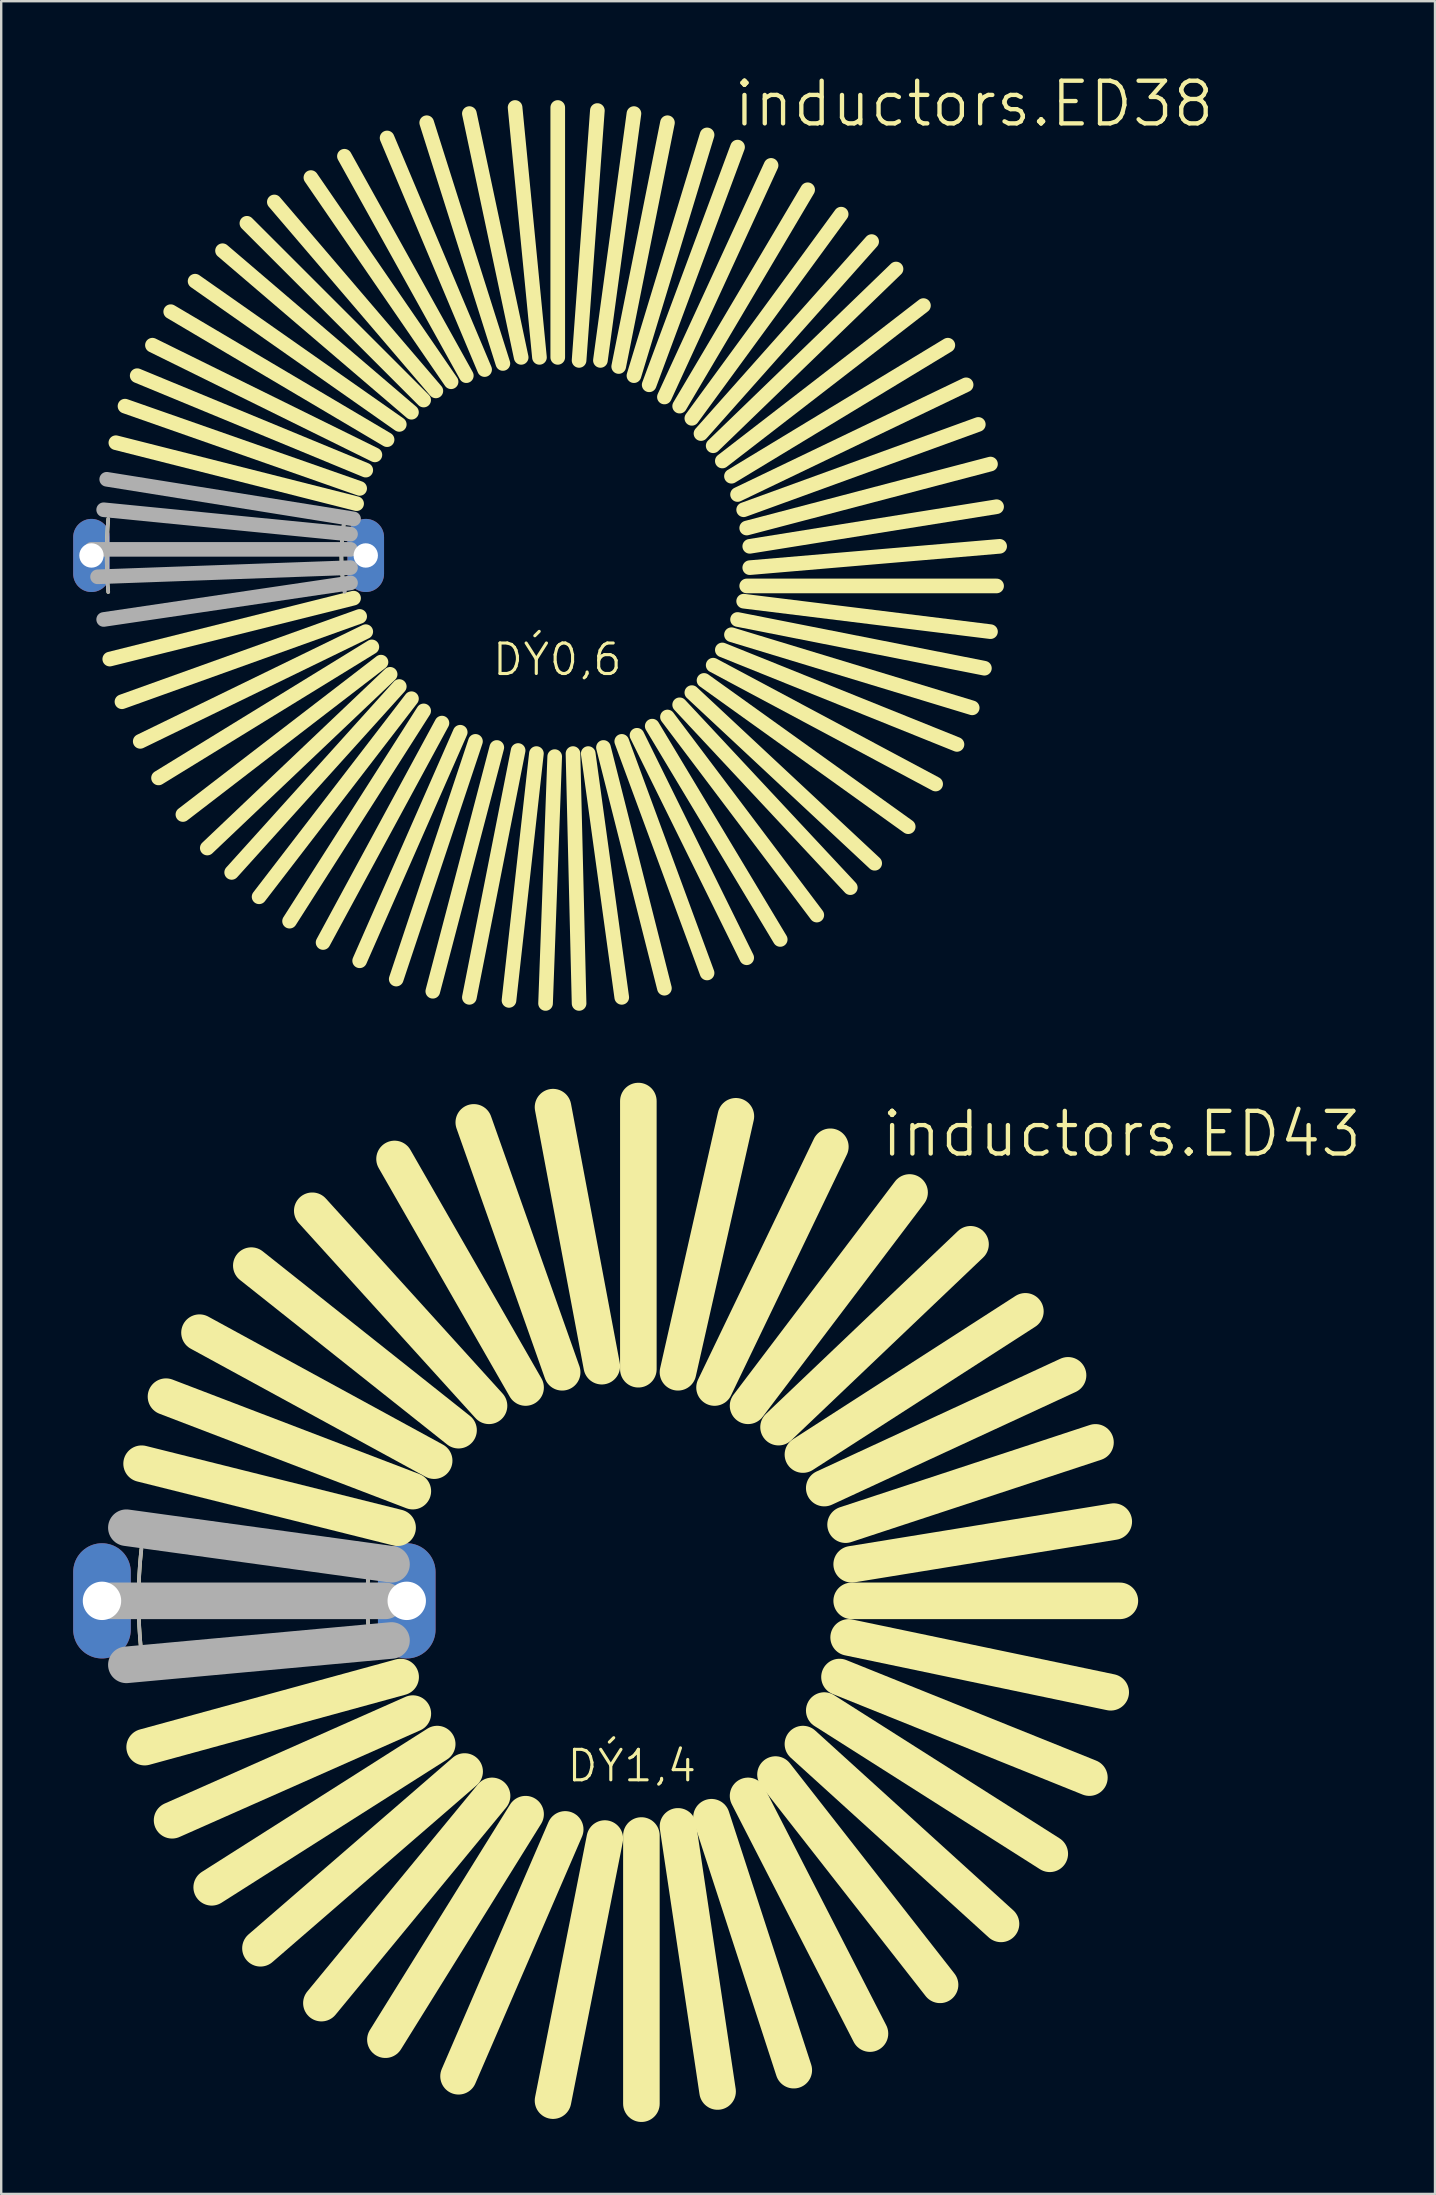
<source format=kicad_pcb>
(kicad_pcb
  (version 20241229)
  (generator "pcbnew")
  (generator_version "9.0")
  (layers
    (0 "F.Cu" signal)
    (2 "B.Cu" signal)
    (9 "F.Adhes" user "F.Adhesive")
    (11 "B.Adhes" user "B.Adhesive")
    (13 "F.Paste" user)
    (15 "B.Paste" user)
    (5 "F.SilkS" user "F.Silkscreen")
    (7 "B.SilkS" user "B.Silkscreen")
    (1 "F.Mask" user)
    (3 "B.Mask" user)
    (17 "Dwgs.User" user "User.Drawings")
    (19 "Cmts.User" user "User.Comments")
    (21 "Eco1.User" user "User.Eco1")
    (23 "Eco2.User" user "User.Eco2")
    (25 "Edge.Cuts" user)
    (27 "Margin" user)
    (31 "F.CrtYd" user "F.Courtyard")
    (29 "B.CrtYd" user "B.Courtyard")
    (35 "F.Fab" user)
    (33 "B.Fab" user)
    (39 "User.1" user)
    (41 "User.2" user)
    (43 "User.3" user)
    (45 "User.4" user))
  (footprint "inductors.ED38"
    (layer "F.Cu")
    (at 19.812 20.098)
    (property "Reference" "inductors.ED38" (at 7.62 -17.78 0) (layer "F.SilkS") (effects (font (size 1.778 1.778) (thickness 0.18)) (justify left bottom)))
    (attr through_hole)
    (fp_line (start -8.128 1.778) (end -18.288 4.318) (stroke (width 0.61) (type default)) (layer "F.SilkS"))
    (fp_line (start -8.001 -2.159) (end -18.034 -4.699) (stroke (width 0.61) (type default)) (layer "F.SilkS"))
    (fp_line (start -7.874 -2.794) (end -17.653 -6.223) (stroke (width 0.61) (type default)) (layer "F.SilkS"))
    (fp_line (start -7.874 2.54) (end -17.78 6.096) (stroke (width 0.61) (type default)) (layer "F.SilkS"))
    (fp_line (start -7.62 -3.556) (end -17.145 -7.493) (stroke (width 0.61) (type default)) (layer "F.SilkS"))
    (fp_line (start -7.62 3.175) (end -17.018 7.747) (stroke (width 0.61) (type default)) (layer "F.SilkS"))
    (fp_line (start -7.366 3.81) (end -16.256 9.271) (stroke (width 0.61) (type default)) (layer "F.SilkS"))
    (fp_line (start -7.239 -4.191) (end -16.51 -8.763) (stroke (width 0.61) (type default)) (layer "F.SilkS"))
    (fp_line (start -6.985 4.445) (end -15.24 10.795) (stroke (width 0.61) (type default)) (layer "F.SilkS"))
    (fp_line (start -6.731 -4.826) (end -15.748 -10.16) (stroke (width 0.61) (type default)) (layer "F.SilkS"))
    (fp_line (start -6.604 4.953) (end -14.224 12.192) (stroke (width 0.61) (type default)) (layer "F.SilkS"))
    (fp_line (start -6.223 -5.461) (end -14.732 -11.43) (stroke (width 0.61) (type default)) (layer "F.SilkS"))
    (fp_line (start -6.223 5.461) (end -13.208 13.208) (stroke (width 0.61) (type default)) (layer "F.SilkS"))
    (fp_line (start -5.715 -5.969) (end -13.589 -12.7) (stroke (width 0.61) (type default)) (layer "F.SilkS"))
    (fp_line (start -5.715 5.969) (end -12.065 14.224) (stroke (width 0.61) (type default)) (layer "F.SilkS"))
    (fp_line (start -5.207 -6.477) (end -12.573 -13.843) (stroke (width 0.61) (type default)) (layer "F.SilkS"))
    (fp_line (start -5.207 6.477) (end -10.795 15.24) (stroke (width 0.61) (type default)) (layer "F.SilkS"))
    (fp_line (start -4.699 -6.858) (end -11.43 -14.732) (stroke (width 0.61) (type default)) (layer "F.SilkS"))
    (fp_line (start -4.445 6.985) (end -9.398 16.129) (stroke (width 0.61) (type default)) (layer "F.SilkS"))
    (fp_line (start -4.064 -7.239) (end -9.906 -15.748) (stroke (width 0.61) (type default)) (layer "F.SilkS"))
    (fp_line (start -3.683 7.366) (end -7.874 16.891) (stroke (width 0.61) (type default)) (layer "F.SilkS"))
    (fp_line (start -3.429 -7.493) (end -8.509 -16.637) (stroke (width 0.61) (type default)) (layer "F.SilkS"))
    (fp_line (start -3.048 7.747) (end -6.35 17.653) (stroke (width 0.61) (type default)) (layer "F.SilkS"))
    (fp_line (start -2.667 -7.747) (end -6.731 -17.399) (stroke (width 0.61) (type default)) (layer "F.SilkS"))
    (fp_line (start -2.159 8.001) (end -4.826 18.161) (stroke (width 0.61) (type default)) (layer "F.SilkS"))
    (fp_line (start -1.905 -8.001) (end -5.08 -18.034) (stroke (width 0.61) (type default)) (layer "F.SilkS"))
    (fp_line (start -1.27 8.128) (end -3.302 18.415) (stroke (width 0.61) (type default)) (layer "F.SilkS"))
    (fp_line (start -1.143 -8.255) (end -3.302 -18.415) (stroke (width 0.61) (type default)) (layer "F.SilkS"))
    (fp_line (start -0.508 8.255) (end -1.651 18.542) (stroke (width 0.61) (type default)) (layer "F.SilkS"))
    (fp_line (start -0.381 -8.255) (end -1.397 -18.669) (stroke (width 0.61) (type default)) (layer "F.SilkS"))
    (fp_line (start 0.254 8.382) (end -0.127 18.669) (stroke (width 0.61) (type default)) (layer "F.SilkS"))
    (fp_line (start 0.381 -8.255) (end 0.381 -18.669) (stroke (width 0.61) (type default)) (layer "F.SilkS"))
    (fp_line (start 1.016 8.255) (end 1.27 18.669) (stroke (width 0.61) (type default)) (layer "F.SilkS"))
    (fp_line (start 1.27 -8.128) (end 2.032 -18.542) (stroke (width 0.61) (type default)) (layer "F.SilkS"))
    (fp_line (start 1.651 8.255) (end 3.048 18.415) (stroke (width 0.61) (type default)) (layer "F.SilkS"))
    (fp_line (start 2.159 -8.128) (end 3.556 -18.415) (stroke (width 0.61) (type default)) (layer "F.SilkS"))
    (fp_line (start 2.286 8.001) (end 4.826 18.034) (stroke (width 0.61) (type default)) (layer "F.SilkS"))
    (fp_line (start 2.921 -7.874) (end 4.953 -18.034) (stroke (width 0.61) (type default)) (layer "F.SilkS"))
    (fp_line (start 3.048 7.747) (end 6.604 17.399) (stroke (width 0.61) (type default)) (layer "F.SilkS"))
    (fp_line (start 3.556 -7.493) (end 6.604 -17.526) (stroke (width 0.61) (type default)) (layer "F.SilkS"))
    (fp_line (start 3.683 7.493) (end 8.255 16.764) (stroke (width 0.61) (type default)) (layer "F.SilkS"))
    (fp_line (start 4.191 -7.112) (end 7.874 -17.018) (stroke (width 0.61) (type default)) (layer "F.SilkS"))
    (fp_line (start 4.318 7.112) (end 9.652 16.002) (stroke (width 0.61) (type default)) (layer "F.SilkS"))
    (fp_line (start 4.826 -6.604) (end 9.271 -16.256) (stroke (width 0.61) (type default)) (layer "F.SilkS"))
    (fp_line (start 4.953 6.731) (end 11.176 14.986) (stroke (width 0.61) (type default)) (layer "F.SilkS"))
    (fp_line (start 5.461 -6.223) (end 10.795 -15.24) (stroke (width 0.61) (type default)) (layer "F.SilkS"))
    (fp_line (start 5.461 6.223) (end 12.573 13.843) (stroke (width 0.61) (type default)) (layer "F.SilkS"))
    (fp_line (start 5.969 -5.715) (end 12.192 -14.224) (stroke (width 0.61) (type default)) (layer "F.SilkS"))
    (fp_line (start 5.969 5.715) (end 13.589 12.827) (stroke (width 0.61) (type default)) (layer "F.SilkS"))
    (fp_line (start 6.35 -5.08) (end 13.462 -13.081) (stroke (width 0.61) (type default)) (layer "F.SilkS"))
    (fp_line (start 6.477 5.207) (end 14.986 11.303) (stroke (width 0.61) (type default)) (layer "F.SilkS"))
    (fp_line (start 6.858 -4.572) (end 14.478 -11.938) (stroke (width 0.61) (type default)) (layer "F.SilkS"))
    (fp_line (start 6.858 4.572) (end 16.129 9.525) (stroke (width 0.61) (type default)) (layer "F.SilkS"))
    (fp_line (start 7.239 -3.937) (end 15.621 -10.414) (stroke (width 0.61) (type default)) (layer "F.SilkS"))
    (fp_line (start 7.239 3.937) (end 17.018 7.874) (stroke (width 0.61) (type default)) (layer "F.SilkS"))
    (fp_line (start 7.62 -3.302) (end 16.637 -8.763) (stroke (width 0.61) (type default)) (layer "F.SilkS"))
    (fp_line (start 7.62 3.302) (end 17.653 6.35) (stroke (width 0.61) (type default)) (layer "F.SilkS"))
    (fp_line (start 7.874 -2.54) (end 17.399 -7.112) (stroke (width 0.61) (type default)) (layer "F.SilkS"))
    (fp_line (start 7.874 2.667) (end 18.161 4.699) (stroke (width 0.61) (type default)) (layer "F.SilkS"))
    (fp_line (start 8.128 -1.905) (end 17.907 -5.461) (stroke (width 0.61) (type default)) (layer "F.SilkS"))
    (fp_line (start 8.128 1.905) (end 18.415 3.175) (stroke (width 0.61) (type default)) (layer "F.SilkS"))
    (fp_line (start 8.255 -1.143) (end 18.415 -3.81) (stroke (width 0.61) (type default)) (layer "F.SilkS"))
    (fp_line (start 8.255 1.27) (end 18.669 1.27) (stroke (width 0.61) (type default)) (layer "F.SilkS"))
    (fp_line (start 8.382 -0.381) (end 18.669 -2.032) (stroke (width 0.61) (type default)) (layer "F.SilkS"))
    (fp_line (start 8.382 0.508) (end 18.796 -0.381) (stroke (width 0.61) (type default)) (layer "F.SilkS"))
    (fp_arc (start -18.3519 1.5227) (mid -18.414963 0) (end -18.3519 -1.5227) (stroke (width 0.1524) (type default)) (layer "F.SilkS"))
    (fp_arc (start -8.5015 1.5181) (mid -8.635979 0) (end -8.5015 -1.5181) (stroke (width 0.1524) (type default)) (layer "F.SilkS"))
    (fp_line (start -8.255 -0.889) (end -18.542 -1.905) (stroke (width 0.61) (type default)) (layer "F.Fab"))
    (fp_line (start -8.255 -0.254) (end -19.05 -0.254) (stroke (width 0.61) (type default)) (layer "F.Fab"))
    (fp_line (start -8.255 0.508) (end -18.796 0.889) (stroke (width 0.61) (type default)) (layer "F.Fab"))
    (fp_line (start -8.255 1.143) (end -18.542 2.667) (stroke (width 0.61) (type default)) (layer "F.Fab"))
    (fp_line (start -8.128 -1.524) (end -18.415 -3.175) (stroke (width 0.61) (type default)) (layer "F.Fab"))
    (fp_arc (start -18.3519 1.5227) (mid -18.414963 0) (end -18.3519 -1.5227) (stroke (width 0.1524) (type default)) (layer "F.Fab"))
    (fp_arc (start -8.5015 1.5181) (mid -8.635979 0) (end -8.5015 -1.5181) (stroke (width 0.1524) (type default)) (layer "F.Fab"))
    (fp_text user "DÝ0,6" (at -2.413 5.08 0) (layer "F.SilkS") (effects (font (size 1.27 1.27) (thickness 0.13)) (justify left bottom)))
    (pad "1" thru_hole oval (at -19.05 0 90) (size 3.048 1.524) (drill 1.016) (layers "*.Cu" "*.Mask"))
    (pad "2" thru_hole oval (at -7.62 0 90) (size 3.048 1.524) (drill 1.016) (layers "*.Cu" "*.Mask")))
  (footprint "inductors.ED43"
    (layer "F.Cu")
    (at 22.79 63.662)
    (property "Reference" "inductors.ED43" (at 10.795 -18.415 0) (layer "F.SilkS") (effects (font (size 1.778 1.778) (thickness 0.18)) (justify left bottom)))
    (attr through_hole)
    (fp_line (start -9.271 -3.048) (end -19.939 -5.715) (stroke (width 1.524) (type default)) (layer "F.SilkS"))
    (fp_line (start -9.144 3.175) (end -19.812 6.096) (stroke (width 1.524) (type default)) (layer "F.SilkS"))
    (fp_line (start -8.636 -4.572) (end -18.923 -8.509) (stroke (width 1.524) (type default)) (layer "F.SilkS"))
    (fp_line (start -8.636 4.699) (end -18.669 9.144) (stroke (width 1.524) (type default)) (layer "F.SilkS"))
    (fp_line (start -7.747 -5.842) (end -17.526 -11.176) (stroke (width 1.524) (type default)) (layer "F.SilkS"))
    (fp_line (start -7.62 5.969) (end -17.018 11.938) (stroke (width 1.524) (type default)) (layer "F.SilkS"))
    (fp_line (start -6.731 -7.112) (end -15.367 -13.97) (stroke (width 1.524) (type default)) (layer "F.SilkS"))
    (fp_line (start -6.477 7.112) (end -14.986 14.478) (stroke (width 1.524) (type default)) (layer "F.SilkS"))
    (fp_line (start -5.461 -8.128) (end -12.827 -16.256) (stroke (width 1.524) (type default)) (layer "F.SilkS"))
    (fp_line (start -5.334 8.128) (end -12.446 16.764) (stroke (width 1.524) (type default)) (layer "F.SilkS"))
    (fp_line (start -3.937 -8.89) (end -9.398 -18.415) (stroke (width 1.524) (type default)) (layer "F.SilkS"))
    (fp_line (start -3.937 8.89) (end -9.779 18.288) (stroke (width 1.524) (type default)) (layer "F.SilkS"))
    (fp_line (start -2.413 -9.525) (end -6.096 -19.939) (stroke (width 1.524) (type default)) (layer "F.SilkS"))
    (fp_line (start -2.286 9.525) (end -6.731 19.812) (stroke (width 1.524) (type default)) (layer "F.SilkS"))
    (fp_line (start -0.762 -9.779) (end -2.794 -20.574) (stroke (width 1.524) (type default)) (layer "F.SilkS"))
    (fp_line (start -0.635 9.906) (end -2.794 20.828) (stroke (width 1.524) (type default)) (layer "F.SilkS"))
    (fp_line (start 0.762 -9.652) (end 0.762 -20.828) (stroke (width 1.524) (type default)) (layer "F.SilkS"))
    (fp_line (start 0.889 9.779) (end 0.889 20.955) (stroke (width 1.524) (type default)) (layer "F.SilkS"))
    (fp_line (start 2.413 -9.525) (end 4.826 -20.193) (stroke (width 1.524) (type default)) (layer "F.SilkS"))
    (fp_line (start 2.413 9.398) (end 4.064 20.447) (stroke (width 1.524) (type default)) (layer "F.SilkS"))
    (fp_line (start 3.81 9.017) (end 7.239 19.558) (stroke (width 1.524) (type default)) (layer "F.SilkS"))
    (fp_line (start 3.937 -8.89) (end 8.763 -18.923) (stroke (width 1.524) (type default)) (layer "F.SilkS"))
    (fp_line (start 5.334 -8.128) (end 12.065 -17.018) (stroke (width 1.524) (type default)) (layer "F.SilkS"))
    (fp_line (start 5.334 8.128) (end 10.414 18.034) (stroke (width 1.524) (type default)) (layer "F.SilkS"))
    (fp_line (start 6.477 7.239) (end 13.335 16.002) (stroke (width 1.524) (type default)) (layer "F.SilkS"))
    (fp_line (start 6.604 -7.239) (end 14.605 -14.859) (stroke (width 1.524) (type default)) (layer "F.SilkS"))
    (fp_line (start 7.62 -6.096) (end 16.891 -12.065) (stroke (width 1.524) (type default)) (layer "F.SilkS"))
    (fp_line (start 7.62 5.969) (end 15.875 13.462) (stroke (width 1.524) (type default)) (layer "F.SilkS"))
    (fp_line (start 8.509 -4.699) (end 18.669 -9.398) (stroke (width 1.524) (type default)) (layer "F.SilkS"))
    (fp_line (start 8.509 4.572) (end 17.907 10.541) (stroke (width 1.524) (type default)) (layer "F.SilkS"))
    (fp_line (start 9.144 3.175) (end 19.558 7.366) (stroke (width 1.524) (type default)) (layer "F.SilkS"))
    (fp_line (start 9.398 -3.175) (end 19.812 -6.604) (stroke (width 1.524) (type default)) (layer "F.SilkS"))
    (fp_line (start 9.525 1.524) (end 20.447 3.81) (stroke (width 1.524) (type default)) (layer "F.SilkS"))
    (fp_line (start 9.652 -1.524) (end 20.574 -3.302) (stroke (width 1.524) (type default)) (layer "F.SilkS"))
    (fp_line (start 9.652 0) (end 20.828 0) (stroke (width 1.524) (type default)) (layer "F.SilkS"))
    (fp_arc (start -19.9499 2.1559) (mid -20.066051 0) (end -19.9499 -2.1559) (stroke (width 0.1524) (type default)) (layer "F.SilkS"))
    (fp_arc (start -10.3199 2.1476) (mid -10.540992 0) (end -10.3199 -2.1476) (stroke (width 0.1524) (type default)) (layer "F.SilkS"))
    (fp_line (start -21.209 0) (end -9.779 0) (stroke (width 1.524) (type default)) (layer "F.Fab"))
    (fp_line (start -9.525 -1.524) (end -20.574 -3.048) (stroke (width 1.524) (type default)) (layer "F.Fab"))
    (fp_line (start -9.525 1.651) (end -20.574 2.667) (stroke (width 1.524) (type default)) (layer "F.Fab"))
    (fp_arc (start -19.9499 2.1559) (mid -20.066051 0) (end -19.9499 -2.1559) (stroke (width 0.1524) (type default)) (layer "F.Fab"))
    (fp_arc (start -10.3199 2.1476) (mid -10.540992 0) (end -10.3199 -2.1476) (stroke (width 0.1524) (type default)) (layer "F.Fab"))
    (fp_text user "DÝ1,4" (at -2.286 7.62 0) (layer "F.SilkS") (effects (font (size 1.27 1.27) (thickness 0.13)) (justify left bottom)))
    (pad "1" thru_hole oval (at -21.59 0 90) (size 4.801 2.4) (drill 1.6) (layers "*.Cu" "*.Mask"))
    (pad "2" thru_hole oval (at -8.89 0 90) (size 4.801 2.4) (drill 1.6) (layers "*.Cu" "*.Mask")))
  (gr_rect
    (start -3 -3)
    (end 56.751 88.379)
    (stroke (width 0.1) (type default))
    (fill no)
    (layer "Edge.Cuts")))
</source>
